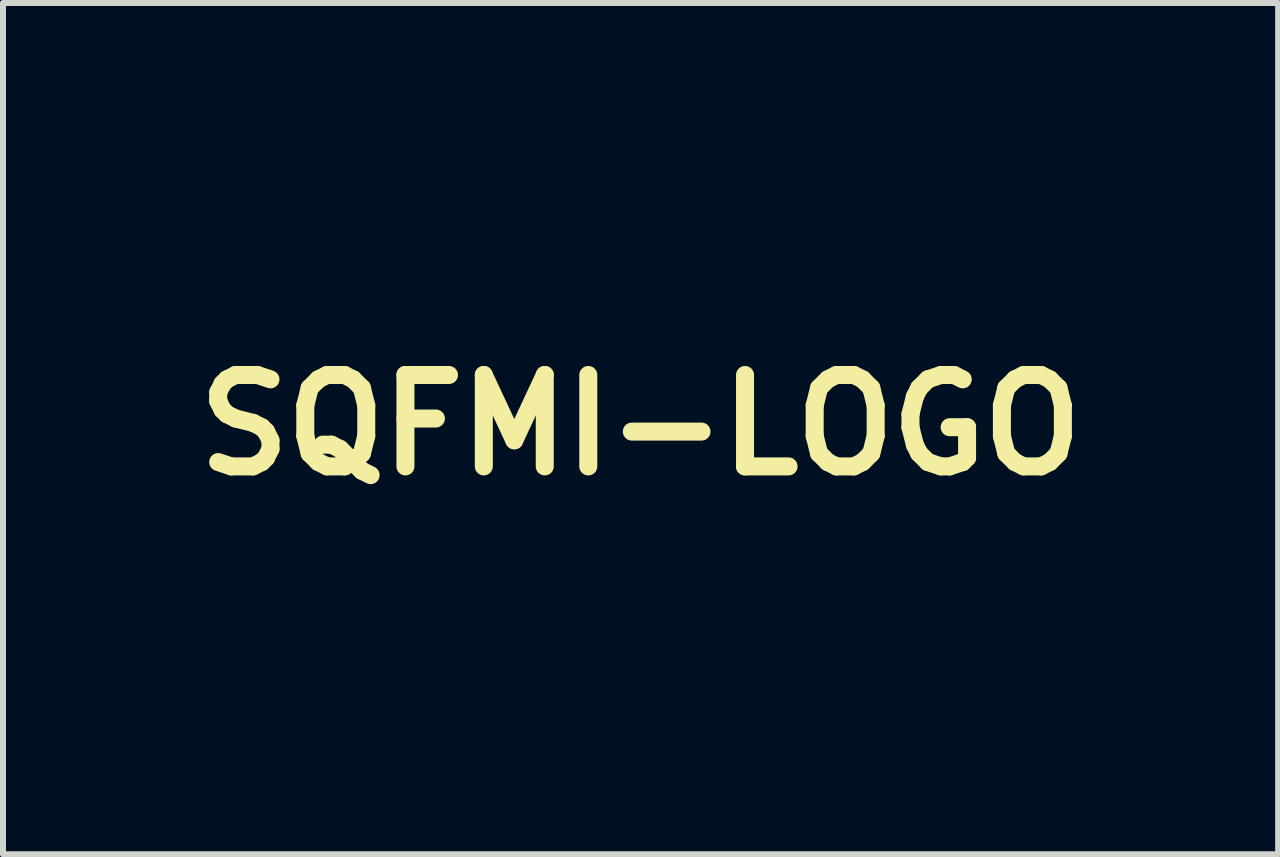
<source format=kicad_pcb>
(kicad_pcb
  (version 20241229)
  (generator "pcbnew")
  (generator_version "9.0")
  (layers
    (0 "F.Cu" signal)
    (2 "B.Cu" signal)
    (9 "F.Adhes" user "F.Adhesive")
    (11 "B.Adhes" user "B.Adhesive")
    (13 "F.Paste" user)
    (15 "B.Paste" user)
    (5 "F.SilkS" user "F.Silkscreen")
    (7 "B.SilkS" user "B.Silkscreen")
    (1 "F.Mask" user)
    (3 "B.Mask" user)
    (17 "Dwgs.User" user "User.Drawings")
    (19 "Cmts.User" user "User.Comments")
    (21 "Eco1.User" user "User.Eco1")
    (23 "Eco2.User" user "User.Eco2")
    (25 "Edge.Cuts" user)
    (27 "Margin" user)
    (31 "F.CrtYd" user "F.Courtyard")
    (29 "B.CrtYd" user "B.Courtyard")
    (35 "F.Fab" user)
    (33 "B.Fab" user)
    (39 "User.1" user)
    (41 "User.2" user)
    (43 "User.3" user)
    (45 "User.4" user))
  (footprint "SQFMI-LOGO"
    (layer "F.Cu")
    (at 7.627 4.035)
    (property "Reference" "SQFMI-LOGO" (at 0 0 0) (layer "F.SilkS") (effects (font (size 1.524 1.524) (thickness 0.3))))
    (attr through_hole)
    (fp_poly (pts (xy 3.988 -4.027) (xy 3.999 -4.025) (xy 4.046 -4.014) (xy 4.078 -3.998) (xy 4.083 -3.993) (xy 4.084 -3.975) (xy 4.086 -3.923) (xy 4.087 -3.841) (xy 4.088 -3.73) (xy 4.089 -3.59) (xy 4.09 -3.425) (xy 4.091 -3.234) (xy 4.092 -3.019) (xy 4.093 -2.783) (xy 4.094 -2.526) (xy 4.095 -2.25) (xy 4.096 -1.956) (xy 4.096 -1.647) (xy 4.097 -1.322) (xy 4.097 -0.985) (xy 4.097 -0.636) (xy 4.098 -0.276) (xy 4.098 0.061) (xy 4.098 0.504) (xy 4.098 0.914) (xy 4.097 1.293) (xy 4.097 1.641) (xy 4.097 1.96) (xy 4.097 2.252) (xy 4.096 2.516) (xy 4.096 2.756) (xy 4.095 2.971) (xy 4.095 3.163) (xy 4.094 3.333) (xy 4.093 3.483) (xy 4.092 3.613) (xy 4.091 3.725) (xy 4.089 3.82) (xy 4.088 3.9) (xy 4.086 3.964) (xy 4.084 4.016) (xy 4.082 4.055) (xy 4.08 4.083) (xy 4.078 4.101) (xy 4.075 4.111) (xy 4.074 4.114) (xy 4.041 4.13) (xy 3.995 4.142) (xy 3.994 4.142) (xy 3.95 4.144) (xy 3.923 4.127) (xy 3.916 4.116) (xy 3.914 4.096) (xy 3.912 4.044) (xy 3.91 3.961) (xy 3.908 3.85) (xy 3.906 3.712) (xy 3.904 3.55) (xy 3.903 3.364) (xy 3.901 3.157) (xy 3.9 2.931) (xy 3.899 2.687) (xy 3.898 2.427) (xy 3.897 2.153) (xy 3.896 1.867) (xy 3.895 1.571) (xy 3.895 1.266) (xy 3.894 0.954) (xy 3.894 0.637) (xy 3.893 0.317) (xy 3.893 -0.005) (xy 3.893 -0.326) (xy 3.893 -0.645) (xy 3.893 -0.96) (xy 3.894 -1.27) (xy 3.894 -1.571) (xy 3.895 -1.864) (xy 3.895 -2.145) (xy 3.896 -2.413) (xy 3.897 -2.666) (xy 3.898 -2.903) (xy 3.899 -3.121) (xy 3.9 -3.319) (xy 3.902 -3.495) (xy 3.903 -3.647) (xy 3.905 -3.774) (xy 3.907 -3.873) (xy 3.909 -3.943) (xy 3.911 -3.982) (xy 3.912 -3.989) (xy 3.926 -4.018) (xy 3.948 -4.028) (xy 3.988 -4.027)) (stroke (width 0.01) (type solid)) (fill yes) (layer "F.Mask"))
    (fp_poly (pts (xy 1.202 -4.03) (xy 1.212 -3.99) (xy 1.217 -3.944) (xy 1.216 -3.893) (xy 1.211 -3.835) (xy 0.672 -3.827) (xy 0.52 -3.824) (xy 0.398 -3.822) (xy 0.303 -3.819) (xy 0.232 -3.815) (xy 0.181 -3.811) (xy 0.148 -3.807) (xy 0.128 -3.801) (xy 0.118 -3.794) (xy 0.118 -3.793) (xy 0.116 -3.772) (xy 0.113 -3.719) (xy 0.111 -3.634) (xy 0.109 -3.519) (xy 0.107 -3.375) (xy 0.106 -3.204) (xy 0.105 -3.006) (xy 0.103 -2.784) (xy 0.103 -2.537) (xy 0.102 -2.268) (xy 0.102 -1.978) (xy 0.102 -1.892) (xy 0.102 -1.6) (xy 0.102 -1.34) (xy 0.102 -1.11) (xy 0.102 -0.908) (xy 0.102 -0.733) (xy 0.103 -0.582) (xy 0.104 -0.453) (xy 0.105 -0.345) (xy 0.106 -0.256) (xy 0.108 -0.183) (xy 0.11 -0.126) (xy 0.112 -0.081) (xy 0.115 -0.048) (xy 0.118 -0.024) (xy 0.121 -0.008) (xy 0.125 0.004) (xy 0.13 0.011) (xy 0.135 0.017) (xy 0.135 0.017) (xy 0.146 0.027) (xy 0.161 0.034) (xy 0.182 0.04) (xy 0.214 0.044) (xy 0.26 0.047) (xy 0.325 0.049) (xy 0.412 0.05) (xy 0.525 0.051) (xy 0.667 0.051) (xy 0.684 0.051) (xy 0.833 0.051) (xy 0.951 0.051) (xy 1.042 0.052) (xy 1.11 0.055) (xy 1.158 0.06) (xy 1.19 0.068) (xy 1.208 0.079) (xy 1.217 0.095) (xy 1.219 0.114) (xy 1.219 0.139) (xy 1.219 0.144) (xy 1.219 0.17) (xy 1.217 0.19) (xy 1.21 0.206) (xy 1.193 0.218) (xy 1.164 0.226) (xy 1.119 0.232) (xy 1.055 0.235) (xy 0.967 0.237) (xy 0.853 0.237) (xy 0.71 0.237) (xy 0.684 0.237) (xy 0.538 0.237) (xy 0.422 0.238) (xy 0.333 0.239) (xy 0.266 0.24) (xy 0.218 0.243) (xy 0.185 0.247) (xy 0.162 0.253) (xy 0.148 0.26) (xy 0.137 0.27) (xy 0.135 0.271) (xy 0.129 0.278) (xy 0.123 0.288) (xy 0.118 0.302) (xy 0.114 0.323) (xy 0.111 0.353) (xy 0.108 0.395) (xy 0.106 0.452) (xy 0.105 0.525) (xy 0.103 0.617) (xy 0.103 0.73) (xy 0.102 0.868) (xy 0.102 1.032) (xy 0.102 1.225) (xy 0.102 1.449) (xy 0.102 1.473) (xy 0.102 1.7) (xy 0.101 1.896) (xy 0.101 2.063) (xy 0.101 2.203) (xy 0.1 2.318) (xy 0.099 2.412) (xy 0.097 2.486) (xy 0.095 2.543) (xy 0.092 2.586) (xy 0.089 2.615) (xy 0.085 2.635) (xy 0.08 2.647) (xy 0.075 2.654) (xy 0.07 2.657) (xy 0.045 2.663) (xy 0.017 2.649) (xy -0.014 2.619) (xy -0.068 2.564) (xy -0.068 -0.713) (xy -0.068 -1.124) (xy -0.068 -1.502) (xy -0.067 -1.849) (xy -0.067 -2.165) (xy -0.066 -2.452) (xy -0.066 -2.71) (xy -0.065 -2.942) (xy -0.064 -3.147) (xy -0.063 -3.327) (xy -0.062 -3.484) (xy -0.061 -3.617) (xy -0.059 -3.729) (xy -0.058 -3.821) (xy -0.056 -3.893) (xy -0.054 -3.947) (xy -0.052 -3.984) (xy -0.049 -4.004) (xy -0.047 -4.01) (xy -0.032 -4.016) (xy 0.003 -4.02) (xy 0.06 -4.024) (xy 0.141 -4.027) (xy 0.249 -4.029) (xy 0.386 -4.03) (xy 0.554 -4.03) (xy 0.587 -4.03) (xy 1.202 -4.03)) (stroke (width 0.01) (type solid)) (fill yes) (layer "F.Mask"))
    (fp_poly (pts (xy 2.761 -4.026) (xy 2.876 -4.025) (xy 2.978 -4.024) (xy 3.063 -4.022) (xy 3.125 -4.019) (xy 3.161 -4.016) (xy 3.167 -4.014) (xy 3.169 -4.009) (xy 3.172 -3.999) (xy 3.174 -3.98) (xy 3.176 -3.953) (xy 3.178 -3.916) (xy 3.18 -3.868) (xy 3.182 -3.808) (xy 3.184 -3.734) (xy 3.185 -3.645) (xy 3.186 -3.54) (xy 3.188 -3.417) (xy 3.189 -3.276) (xy 3.19 -3.115) (xy 3.191 -2.934) (xy 3.191 -2.73) (xy 3.192 -2.502) (xy 3.193 -2.25) (xy 3.193 -1.972) (xy 3.194 -1.666) (xy 3.195 -1.333) (xy 3.195 -0.969) (xy 3.196 -0.575) (xy 3.196 -0.149) (xy 3.196 0.044) (xy 3.197 0.482) (xy 3.197 0.888) (xy 3.197 1.262) (xy 3.198 1.606) (xy 3.198 1.921) (xy 3.198 2.209) (xy 3.198 2.47) (xy 3.198 2.706) (xy 3.197 2.919) (xy 3.197 3.109) (xy 3.197 3.277) (xy 3.196 3.426) (xy 3.195 3.556) (xy 3.194 3.669) (xy 3.193 3.766) (xy 3.192 3.847) (xy 3.19 3.915) (xy 3.189 3.971) (xy 3.187 4.015) (xy 3.185 4.05) (xy 3.183 4.075) (xy 3.18 4.094) (xy 3.178 4.107) (xy 3.175 4.114) (xy 3.172 4.118) (xy 3.128 4.145) (xy 3.079 4.143) (xy 3.042 4.118) (xy 3.039 4.113) (xy 3.036 4.103) (xy 3.034 4.089) (xy 3.031 4.067) (xy 3.029 4.038) (xy 3.027 3.999) (xy 3.025 3.95) (xy 3.023 3.889) (xy 3.022 3.815) (xy 3.021 3.726) (xy 3.019 3.622) (xy 3.018 3.501) (xy 3.017 3.361) (xy 3.016 3.203) (xy 3.015 3.023) (xy 3.015 2.821) (xy 3.014 2.596) (xy 3.013 2.347) (xy 3.013 2.071) (xy 3.012 1.769) (xy 3.012 1.438) (xy 3.011 1.077) (xy 3.011 0.685) (xy 3.01 0.261) (xy 3.01 0.154) (xy 3.01 -0.276) (xy 3.009 -0.674) (xy 3.009 -1.041) (xy 3.008 -1.377) (xy 3.008 -1.685) (xy 3.007 -1.965) (xy 3.007 -2.219) (xy 3.006 -2.449) (xy 3.005 -2.655) (xy 3.005 -2.838) (xy 3.004 -3.001) (xy 3.003 -3.144) (xy 3.002 -3.269) (xy 3.001 -3.376) (xy 2.999 -3.468) (xy 2.998 -3.545) (xy 2.996 -3.609) (xy 2.995 -3.661) (xy 2.993 -3.702) (xy 2.991 -3.735) (xy 2.988 -3.759) (xy 2.986 -3.776) (xy 2.983 -3.788) (xy 2.98 -3.795) (xy 2.976 -3.8) (xy 2.973 -3.803) (xy 2.938 -3.816) (xy 2.883 -3.824) (xy 2.818 -3.827) (xy 2.755 -3.825) (xy 2.705 -3.818) (xy 2.679 -3.807) (xy 2.677 -3.797) (xy 2.674 -3.772) (xy 2.672 -3.732) (xy 2.671 -3.674) (xy 2.669 -3.598) (xy 2.667 -3.503) (xy 2.666 -3.387) (xy 2.665 -3.251) (xy 2.664 -3.092) (xy 2.663 -2.91) (xy 2.662 -2.704) (xy 2.661 -2.472) (xy 2.66 -2.215) (xy 2.66 -1.93) (xy 2.659 -1.616) (xy 2.659 -1.274) (xy 2.659 -0.901) (xy 2.659 -0.496) (xy 2.659 -0.059) (xy 2.659 0.14) (xy 2.658 0.64) (xy 2.658 1.107) (xy 2.658 1.54) (xy 2.657 1.939) (xy 2.657 2.305) (xy 2.656 2.636) (xy 2.655 2.934) (xy 2.654 3.198) (xy 2.652 3.428) (xy 2.651 3.624) (xy 2.65 3.786) (xy 2.648 3.915) (xy 2.646 4.009) (xy 2.644 4.07) (xy 2.642 4.097) (xy 2.641 4.098) (xy 2.613 4.124) (xy 2.568 4.14) (xy 2.521 4.145) (xy 2.486 4.135) (xy 2.484 4.133) (xy 2.481 4.123) (xy 2.479 4.095) (xy 2.477 4.051) (xy 2.475 3.987) (xy 2.473 3.904) (xy 2.472 3.801) (xy 2.47 3.676) (xy 2.468 3.529) (xy 2.467 3.358) (xy 2.466 3.163) (xy 2.464 2.942) (xy 2.463 2.696) (xy 2.462 2.422) (xy 2.461 2.12) (xy 2.46 1.789) (xy 2.458 1.428) (xy 2.457 1.036) (xy 2.456 0.612) (xy 2.455 0.155) (xy 2.455 0.147) (xy 2.447 -3.818) (xy 2.29 -3.818) (xy 2.21 -3.817) (xy 2.158 -3.813) (xy 2.128 -3.804) (xy 2.116 -3.793) (xy 2.114 -3.773) (xy 2.113 -3.72) (xy 2.111 -3.635) (xy 2.11 -3.519) (xy 2.108 -3.371) (xy 2.107 -3.193) (xy 2.106 -2.986) (xy 2.105 -2.751) (xy 2.104 -2.487) (xy 2.103 -2.197) (xy 2.102 -1.88) (xy 2.101 -1.538) (xy 2.101 -1.17) (xy 2.1 -0.779) (xy 2.1 -0.365) (xy 2.1 0.072) (xy 2.1 0.158) (xy 2.1 0.648) (xy 2.1 1.105) (xy 2.099 1.529) (xy 2.099 1.919) (xy 2.098 2.276) (xy 2.097 2.601) (xy 2.096 2.894) (xy 2.095 3.155) (xy 2.094 3.383) (xy 2.093 3.581) (xy 2.091 3.747) (xy 2.09 3.882) (xy 2.088 3.986) (xy 2.086 4.059) (xy 2.084 4.103) (xy 2.082 4.116) (xy 2.05 4.143) (xy 2.001 4.145) (xy 1.947 4.127) (xy 1.905 4.105) (xy 1.905 0.056) (xy 1.905 -0.312) (xy 1.905 -0.671) (xy 1.906 -1.02) (xy 1.906 -1.357) (xy 1.906 -1.681) (xy 1.907 -1.99) (xy 1.908 -2.282) (xy 1.908 -2.557) (xy 1.909 -2.813) (xy 1.91 -3.048) (xy 1.911 -3.261) (xy 1.912 -3.45) (xy 1.913 -3.614) (xy 1.914 -3.752) (xy 1.915 -3.862) (xy 1.917 -3.942) (xy 1.918 -3.991) (xy 1.919 -4.008) (xy 1.939 -4.012) (xy 1.989 -4.015) (xy 2.063 -4.018) (xy 2.157 -4.021) (xy 2.266 -4.023) (xy 2.386 -4.025) (xy 2.511 -4.026) (xy 2.638 -4.026) (xy 2.761 -4.026)) (stroke (width 0.01) (type solid)) (fill yes) (layer "F.Mask"))
    (fp_poly (pts (xy -3.26 -4.03) (xy -3.129 -4.029) (xy -3.024 -4.028) (xy -2.944 -4.026) (xy -2.885 -4.023) (xy -2.844 -4.018) (xy -2.818 -4.013) (xy -2.802 -4.007) (xy -2.801 -4.006) (xy -2.796 -4.001) (xy -2.791 -3.994) (xy -2.787 -3.983) (xy -2.783 -3.966) (xy -2.78 -3.94) (xy -2.778 -3.904) (xy -2.775 -3.855) (xy -2.774 -3.792) (xy -2.772 -3.713) (xy -2.771 -3.616) (xy -2.77 -3.498) (xy -2.769 -3.358) (xy -2.769 -3.193) (xy -2.769 -3.002) (xy -2.769 -2.783) (xy -2.769 -2.534) (xy -2.769 -2.325) (xy -2.769 -0.669) (xy -2.806 -0.673) (xy -2.841 -0.687) (xy -2.883 -0.718) (xy -2.895 -0.73) (xy -2.927 -0.763) (xy -2.947 -0.783) (xy -2.95 -0.786) (xy -2.951 -0.802) (xy -2.952 -0.851) (xy -2.953 -0.928) (xy -2.954 -1.032) (xy -2.955 -1.16) (xy -2.956 -1.31) (xy -2.958 -1.479) (xy -2.959 -1.666) (xy -2.96 -1.867) (xy -2.962 -2.08) (xy -2.963 -2.289) (xy -2.964 -2.511) (xy -2.966 -2.724) (xy -2.968 -2.925) (xy -2.97 -3.112) (xy -2.972 -3.281) (xy -2.975 -3.431) (xy -2.977 -3.559) (xy -2.979 -3.663) (xy -2.982 -3.74) (xy -2.984 -3.788) (xy -2.986 -3.804) (xy -3.006 -3.809) (xy -3.055 -3.813) (xy -3.129 -3.816) (xy -3.221 -3.82) (xy -3.329 -3.822) (xy -3.404 -3.824) (xy -3.532 -3.825) (xy -3.63 -3.826) (xy -3.702 -3.825) (xy -3.754 -3.823) (xy -3.79 -3.82) (xy -3.813 -3.814) (xy -3.829 -3.806) (xy -3.842 -3.795) (xy -3.843 -3.794) (xy -3.849 -3.788) (xy -3.854 -3.78) (xy -3.858 -3.769) (xy -3.862 -3.752) (xy -3.865 -3.728) (xy -3.868 -3.694) (xy -3.871 -3.648) (xy -3.873 -3.589) (xy -3.874 -3.514) (xy -3.875 -3.421) (xy -3.876 -3.308) (xy -3.877 -3.174) (xy -3.877 -3.016) (xy -3.878 -2.832) (xy -3.878 -2.62) (xy -3.878 -2.378) (xy -3.878 -2.119) (xy -3.878 -1.847) (xy -3.878 -1.607) (xy -3.878 -1.396) (xy -3.877 -1.213) (xy -3.877 -1.056) (xy -3.876 -0.923) (xy -3.875 -0.811) (xy -3.874 -0.719) (xy -3.872 -0.644) (xy -3.87 -0.585) (xy -3.868 -0.54) (xy -3.865 -0.505) (xy -3.862 -0.48) (xy -3.858 -0.463) (xy -3.853 -0.451) (xy -3.848 -0.442) (xy -3.843 -0.435) (xy -3.824 -0.413) (xy -3.783 -0.371) (xy -3.724 -0.31) (xy -3.649 -0.234) (xy -3.561 -0.145) (xy -3.463 -0.046) (xy -3.357 0.06) (xy -3.314 0.103) (xy -3.206 0.211) (xy -3.105 0.313) (xy -3.013 0.406) (xy -2.934 0.488) (xy -2.869 0.555) (xy -2.821 0.605) (xy -2.794 0.636) (xy -2.79 0.641) (xy -2.785 0.65) (xy -2.781 0.663) (xy -2.777 0.681) (xy -2.774 0.707) (xy -2.771 0.743) (xy -2.769 0.79) (xy -2.767 0.851) (xy -2.765 0.927) (xy -2.764 1.021) (xy -2.762 1.135) (xy -2.762 1.271) (xy -2.761 1.43) (xy -2.761 1.615) (xy -2.76 1.827) (xy -2.76 2.069) (xy -2.76 2.342) (xy -2.76 2.38) (xy -2.76 2.662) (xy -2.76 2.913) (xy -2.761 3.133) (xy -2.761 3.325) (xy -2.762 3.49) (xy -2.763 3.631) (xy -2.764 3.75) (xy -2.766 3.848) (xy -2.768 3.927) (xy -2.77 3.989) (xy -2.772 4.035) (xy -2.775 4.069) (xy -2.779 4.091) (xy -2.782 4.104) (xy -2.784 4.107) (xy -2.792 4.116) (xy -2.804 4.123) (xy -2.822 4.129) (xy -2.852 4.133) (xy -2.896 4.137) (xy -2.957 4.139) (xy -3.039 4.141) (xy -3.145 4.143) (xy -3.28 4.144) (xy -3.408 4.145) (xy -3.566 4.146) (xy -3.694 4.147) (xy -3.796 4.147) (xy -3.873 4.146) (xy -3.931 4.144) (xy -3.972 4.141) (xy -4 4.137) (xy -4.018 4.132) (xy -4.029 4.124) (xy -4.035 4.118) (xy -4.04 4.111) (xy -4.044 4.1) (xy -4.048 4.083) (xy -4.051 4.057) (xy -4.054 4.021) (xy -4.056 3.973) (xy -4.058 3.911) (xy -4.059 3.833) (xy -4.061 3.736) (xy -4.062 3.62) (xy -4.063 3.483) (xy -4.063 3.321) (xy -4.064 3.134) (xy -4.064 2.919) (xy -4.064 2.674) (xy -4.064 2.398) (xy -4.064 2.342) (xy -4.064 2.059) (xy -4.064 1.808) (xy -4.064 1.587) (xy -4.063 1.395) (xy -4.063 1.228) (xy -4.062 1.086) (xy -4.061 0.967) (xy -4.06 0.868) (xy -4.058 0.787) (xy -4.056 0.724) (xy -4.054 0.675) (xy -4.051 0.639) (xy -4.048 0.614) (xy -4.045 0.598) (xy -4.041 0.589) (xy -4.037 0.586) (xy -4.005 0.592) (xy -3.961 0.629) (xy -3.952 0.638) (xy -3.919 0.674) (xy -3.896 0.697) (xy -3.891 0.702) (xy -3.89 0.718) (xy -3.889 0.767) (xy -3.888 0.844) (xy -3.887 0.948) (xy -3.886 1.077) (xy -3.885 1.229) (xy -3.884 1.4) (xy -3.883 1.588) (xy -3.881 1.792) (xy -3.88 2.009) (xy -3.879 2.237) (xy -3.878 2.316) (xy -3.877 2.589) (xy -3.875 2.83) (xy -3.874 3.041) (xy -3.872 3.224) (xy -3.871 3.382) (xy -3.869 3.514) (xy -3.867 3.625) (xy -3.865 3.716) (xy -3.863 3.788) (xy -3.86 3.844) (xy -3.857 3.885) (xy -3.854 3.914) (xy -3.851 3.933) (xy -3.847 3.943) (xy -3.844 3.946) (xy -3.82 3.95) (xy -3.767 3.954) (xy -3.69 3.958) (xy -3.594 3.96) (xy -3.483 3.962) (xy -3.407 3.962) (xy -2.996 3.962) (xy -2.98 3.919) (xy -2.977 3.894) (xy -2.974 3.837) (xy -2.972 3.748) (xy -2.97 3.629) (xy -2.968 3.481) (xy -2.966 3.304) (xy -2.965 3.102) (xy -2.964 2.874) (xy -2.964 2.621) (xy -2.963 2.346) (xy -2.963 2.308) (xy -2.963 0.74) (xy -4.064 -0.367) (xy -4.064 -2.172) (xy -4.064 -2.46) (xy -4.064 -2.717) (xy -4.064 -2.943) (xy -4.063 -3.142) (xy -4.063 -3.313) (xy -4.062 -3.461) (xy -4.061 -3.586) (xy -4.06 -3.69) (xy -4.058 -3.775) (xy -4.056 -3.844) (xy -4.054 -3.897) (xy -4.051 -3.937) (xy -4.048 -3.966) (xy -4.045 -3.986) (xy -4.041 -3.998) (xy -4.037 -4.004) (xy -4.027 -4.011) (xy -4.008 -4.017) (xy -3.979 -4.021) (xy -3.934 -4.024) (xy -3.872 -4.027) (xy -3.789 -4.029) (xy -3.681 -4.03) (xy -3.546 -4.03) (xy -3.423 -4.03) (xy -3.26 -4.03)) (stroke (width 0.01) (type solid)) (fill yes) (layer "F.Mask"))
    (fp_poly (pts (xy -1.052 -4.027) (xy -0.97 -4.026) (xy -0.909 -4.024) (xy -0.866 -4.021) (xy -0.836 -4.017) (xy -0.818 -4.012) (xy -0.807 -4.005) (xy -0.806 -4.004) (xy -0.802 -3.998) (xy -0.799 -3.987) (xy -0.796 -3.97) (xy -0.794 -3.944) (xy -0.792 -3.909) (xy -0.789 -3.862) (xy -0.788 -3.804) (xy -0.786 -3.73) (xy -0.785 -3.642) (xy -0.783 -3.536) (xy -0.782 -3.412) (xy -0.782 -3.268) (xy -0.781 -3.102) (xy -0.78 -2.913) (xy -0.78 -2.7) (xy -0.779 -2.461) (xy -0.779 -2.195) (xy -0.779 -1.899) (xy -0.779 -1.573) (xy -0.779 -1.215) (xy -0.779 -1.091) (xy -0.779 -0.724) (xy -0.779 -0.39) (xy -0.779 -0.087) (xy -0.779 0.187) (xy -0.779 0.433) (xy -0.78 0.653) (xy -0.78 0.847) (xy -0.781 1.019) (xy -0.781 1.168) (xy -0.782 1.297) (xy -0.783 1.407) (xy -0.785 1.499) (xy -0.786 1.576) (xy -0.788 1.638) (xy -0.79 1.688) (xy -0.792 1.725) (xy -0.794 1.753) (xy -0.797 1.772) (xy -0.8 1.785) (xy -0.803 1.792) (xy -0.807 1.795) (xy -0.809 1.795) (xy -0.839 1.783) (xy -0.878 1.754) (xy -0.898 1.735) (xy -0.957 1.675) (xy -0.965 -1.052) (xy -0.966 -1.408) (xy -0.967 -1.731) (xy -0.968 -2.024) (xy -0.969 -2.287) (xy -0.97 -2.523) (xy -0.971 -2.732) (xy -0.972 -2.917) (xy -0.973 -3.079) (xy -0.975 -3.22) (xy -0.976 -3.341) (xy -0.977 -3.443) (xy -0.979 -3.529) (xy -0.981 -3.599) (xy -0.983 -3.656) (xy -0.985 -3.7) (xy -0.987 -3.735) (xy -0.99 -3.76) (xy -0.993 -3.777) (xy -0.996 -3.789) (xy -1 -3.796) (xy -1.004 -3.801) (xy -1.007 -3.803) (xy -1.034 -3.811) (xy -1.089 -3.818) (xy -1.166 -3.823) (xy -1.258 -3.827) (xy -1.359 -3.829) (xy -1.465 -3.829) (xy -1.569 -3.828) (xy -1.666 -3.826) (xy -1.749 -3.822) (xy -1.813 -3.816) (xy -1.852 -3.809) (xy -1.861 -3.804) (xy -1.863 -3.792) (xy -1.865 -3.759) (xy -1.867 -3.707) (xy -1.869 -3.633) (xy -1.87 -3.537) (xy -1.871 -3.417) (xy -1.873 -3.274) (xy -1.874 -3.106) (xy -1.874 -2.913) (xy -1.875 -2.693) (xy -1.876 -2.446) (xy -1.876 -2.17) (xy -1.876 -1.866) (xy -1.876 -1.533) (xy -1.876 -1.168) (xy -1.876 -0.772) (xy -1.876 -0.344) (xy -1.875 0.086) (xy -1.871 3.954) (xy -1.439 3.958) (xy -1.306 3.96) (xy -1.203 3.96) (xy -1.126 3.959) (xy -1.07 3.957) (xy -1.032 3.954) (xy -1.008 3.949) (xy -0.994 3.942) (xy -0.986 3.934) (xy -0.982 3.911) (xy -0.977 3.858) (xy -0.974 3.779) (xy -0.971 3.679) (xy -0.968 3.56) (xy -0.966 3.428) (xy -0.965 3.287) (xy -0.964 3.139) (xy -0.964 2.99) (xy -0.964 2.844) (xy -0.965 2.703) (xy -0.967 2.573) (xy -0.969 2.458) (xy -0.972 2.361) (xy -0.976 2.286) (xy -0.98 2.238) (xy -0.983 2.224) (xy -0.999 2.2) (xy -1.036 2.156) (xy -1.091 2.095) (xy -1.161 2.02) (xy -1.242 1.935) (xy -1.332 1.843) (xy -1.364 1.811) (xy -1.727 1.446) (xy -1.727 1.345) (xy -1.724 1.287) (xy -1.717 1.239) (xy -1.711 1.219) (xy -1.704 1.22) (xy -1.687 1.23) (xy -1.661 1.252) (xy -1.622 1.285) (xy -1.571 1.332) (xy -1.507 1.393) (xy -1.428 1.469) (xy -1.333 1.562) (xy -1.221 1.671) (xy -1.092 1.799) (xy -0.943 1.947) (xy -0.774 2.114) (xy -0.585 2.303) (xy -0.373 2.515) (xy -0.248 2.64) (xy -0.046 2.841) (xy 0.144 3.032) (xy 0.322 3.211) (xy 0.487 3.378) (xy 0.638 3.53) (xy 0.773 3.668) (xy 0.891 3.789) (xy 0.991 3.892) (xy 1.073 3.977) (xy 1.134 4.041) (xy 1.173 4.085) (xy 1.19 4.106) (xy 1.191 4.108) (xy 1.166 4.13) (xy 1.118 4.142) (xy 1.056 4.143) (xy 1.022 4.139) (xy 1.001 4.133) (xy 0.977 4.121) (xy 0.947 4.1) (xy 0.908 4.068) (xy 0.857 4.023) (xy 0.792 3.962) (xy 0.71 3.882) (xy 0.608 3.781) (xy 0.566 3.74) (xy 0.442 3.618) (xy 0.34 3.52) (xy 0.26 3.445) (xy 0.2 3.393) (xy 0.16 3.362) (xy 0.139 3.353) (xy 0.126 3.354) (xy 0.117 3.359) (xy 0.111 3.372) (xy 0.106 3.399) (xy 0.104 3.442) (xy 0.102 3.507) (xy 0.102 3.597) (xy 0.102 3.716) (xy 0.102 3.717) (xy 0.101 3.837) (xy 0.101 3.929) (xy 0.099 3.995) (xy 0.096 4.042) (xy 0.091 4.074) (xy 0.083 4.094) (xy 0.074 4.109) (xy 0.068 4.115) (xy 0.022 4.144) (xy -0.023 4.144) (xy -0.047 4.128) (xy -0.054 4.111) (xy -0.059 4.073) (xy -0.063 4.011) (xy -0.066 3.922) (xy -0.067 3.805) (xy -0.068 3.657) (xy -0.068 3.636) (xy -0.068 3.49) (xy -0.069 3.375) (xy -0.071 3.285) (xy -0.074 3.218) (xy -0.079 3.17) (xy -0.084 3.136) (xy -0.092 3.112) (xy -0.093 3.11) (xy -0.115 3.078) (xy -0.156 3.029) (xy -0.212 2.967) (xy -0.28 2.897) (xy -0.355 2.821) (xy -0.432 2.744) (xy -0.509 2.67) (xy -0.581 2.604) (xy -0.643 2.548) (xy -0.692 2.509) (xy -0.723 2.488) (xy -0.728 2.486) (xy -0.77 2.481) (xy -0.775 3.284) (xy -0.776 3.471) (xy -0.777 3.628) (xy -0.779 3.756) (xy -0.78 3.86) (xy -0.782 3.941) (xy -0.785 4.002) (xy -0.788 4.048) (xy -0.793 4.079) (xy -0.797 4.1) (xy -0.803 4.113) (xy -0.807 4.118) (xy -0.816 4.126) (xy -0.83 4.132) (xy -0.852 4.138) (xy -0.885 4.142) (xy -0.932 4.144) (xy -0.998 4.146) (xy -1.085 4.148) (xy -1.197 4.148) (xy -1.337 4.149) (xy -1.45 4.149) (xy -2.065 4.149) (xy -2.074 4.111) (xy -2.075 4.09) (xy -2.076 4.038) (xy -2.077 3.954) (xy -2.077 3.841) (xy -2.078 3.701) (xy -2.078 3.533) (xy -2.079 3.341) (xy -2.079 3.126) (xy -2.08 2.888) (xy -2.08 2.63) (xy -2.08 2.352) (xy -2.08 2.058) (xy -2.08 1.747) (xy -2.08 1.422) (xy -2.08 1.083) (xy -2.08 0.733) (xy -2.079 0.373) (xy -2.079 0.025) (xy -2.074 -4.022) (xy -1.453 -4.026) (xy -1.29 -4.027) (xy -1.157 -4.028) (xy -1.052 -4.027)) (stroke (width 0.01) (type solid)) (fill yes) (layer "F.Mask")))
  (gr_rect
    (start -3 -3)
    (end 18.255 11.189)
    (stroke (width 0.1) (type default))
    (fill no)
    (layer "Edge.Cuts")))
</source>
